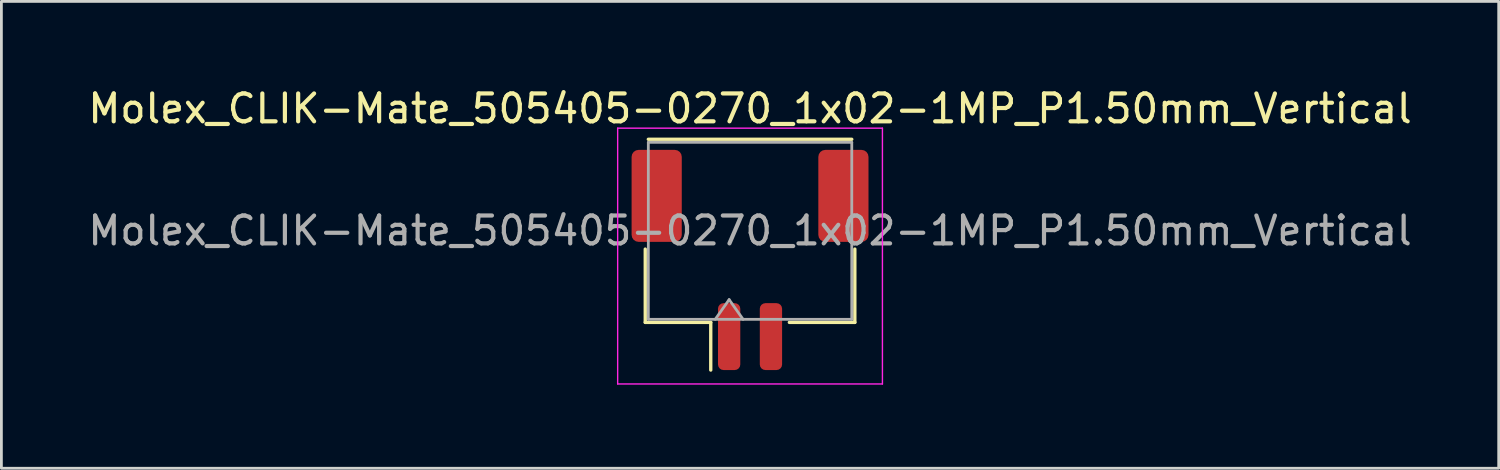
<source format=kicad_pcb>
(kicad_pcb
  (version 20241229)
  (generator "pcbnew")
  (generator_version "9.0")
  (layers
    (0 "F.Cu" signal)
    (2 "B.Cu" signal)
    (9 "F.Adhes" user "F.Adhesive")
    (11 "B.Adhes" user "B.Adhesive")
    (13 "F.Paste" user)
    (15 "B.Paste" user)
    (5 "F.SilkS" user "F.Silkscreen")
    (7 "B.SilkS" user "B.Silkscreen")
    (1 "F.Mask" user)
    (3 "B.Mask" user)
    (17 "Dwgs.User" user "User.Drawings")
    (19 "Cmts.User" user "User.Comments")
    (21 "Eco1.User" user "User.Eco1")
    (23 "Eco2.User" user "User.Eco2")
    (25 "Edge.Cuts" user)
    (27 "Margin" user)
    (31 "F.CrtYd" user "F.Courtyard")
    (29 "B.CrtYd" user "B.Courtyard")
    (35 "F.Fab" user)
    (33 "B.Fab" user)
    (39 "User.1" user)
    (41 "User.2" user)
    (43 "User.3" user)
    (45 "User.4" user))
  (footprint "Molex_CLIK-Mate_505405-0270_1x02-1MP_P1.50mm_Vertical"
    (layer "F.Cu")
    (at 23.863 6.278)
    (property "Reference" "Molex_CLIK-Mate_505405-0270_1x02-1MP_P1.50mm_Vertical" (at 0 -5.43 0) (layer "F.SilkS") (effects (font (size 1 1) (thickness 0.15))))
    (attr smd)
    (fp_line (start -3.76 -0.39) (end -3.76 2.24) (stroke (width 0.12) (type solid)) (layer "F.SilkS"))
    (fp_line (start -3.76 2.24) (end -1.41 2.24) (stroke (width 0.12) (type solid)) (layer "F.SilkS"))
    (fp_line (start -3.65 -4.33) (end 3.65 -4.33) (stroke (width 0.12) (type solid)) (layer "F.SilkS"))
    (fp_line (start -1.41 2.24) (end -1.41 3.95) (stroke (width 0.12) (type solid)) (layer "F.SilkS"))
    (fp_line (start 3.76 -0.39) (end 3.76 2.24) (stroke (width 0.12) (type solid)) (layer "F.SilkS"))
    (fp_line (start 3.76 2.24) (end 1.41 2.24) (stroke (width 0.12) (type solid)) (layer "F.SilkS"))
    (fp_line (start -4.75 -4.73) (end -4.75 4.45) (stroke (width 0.05) (type solid)) (layer "F.CrtYd"))
    (fp_line (start -4.75 4.45) (end 4.75 4.45) (stroke (width 0.05) (type solid)) (layer "F.CrtYd"))
    (fp_line (start 4.75 -4.73) (end -4.75 -4.73) (stroke (width 0.05) (type solid)) (layer "F.CrtYd"))
    (fp_line (start 4.75 4.45) (end 4.75 -4.73) (stroke (width 0.05) (type solid)) (layer "F.CrtYd"))
    (fp_line (start -3.65 -4.22) (end 3.65 -4.22) (stroke (width 0.1) (type solid)) (layer "F.Fab"))
    (fp_line (start -3.65 2.13) (end -3.65 -4.22) (stroke (width 0.1) (type solid)) (layer "F.Fab"))
    (fp_line (start -3.65 2.13) (end 3.65 2.13) (stroke (width 0.1) (type solid)) (layer "F.Fab"))
    (fp_line (start -1.25 2.13) (end -0.75 1.423) (stroke (width 0.1) (type solid)) (layer "F.Fab"))
    (fp_line (start -0.75 1.423) (end -0.25 2.13) (stroke (width 0.1) (type solid)) (layer "F.Fab"))
    (fp_line (start 3.65 2.13) (end 3.65 -4.22) (stroke (width 0.1) (type solid)) (layer "F.Fab"))
    (fp_text user "${REFERENCE}" (at 0 -1.05 0) (layer "F.Fab") (effects (font (size 1 1) (thickness 0.15))))
    (pad "1" smd roundrect (at -0.75 2.75) (size 0.8 2.4) (layers "F.Cu" "F.Mask" "F.Paste") (roundrect_rratio 0.25))
    (pad "2" smd roundrect (at 0.75 2.75) (size 0.8 2.4) (layers "F.Cu" "F.Mask" "F.Paste") (roundrect_rratio 0.25))
    (pad "MP" smd roundrect (at -3.35 -2.3) (size 1.8 3.3) (layers "F.Cu" "F.Mask" "F.Paste") (roundrect_rratio 0.139))
    (pad "MP" smd roundrect (at 3.35 -2.3) (size 1.8 3.3) (layers "F.Cu" "F.Mask" "F.Paste") (roundrect_rratio 0.139)))
  (gr_rect
    (start -3 -3)
    (end 50.726 13.753)
    (stroke (width 0.1) (type default))
    (fill no)
    (layer "Edge.Cuts")))
</source>
